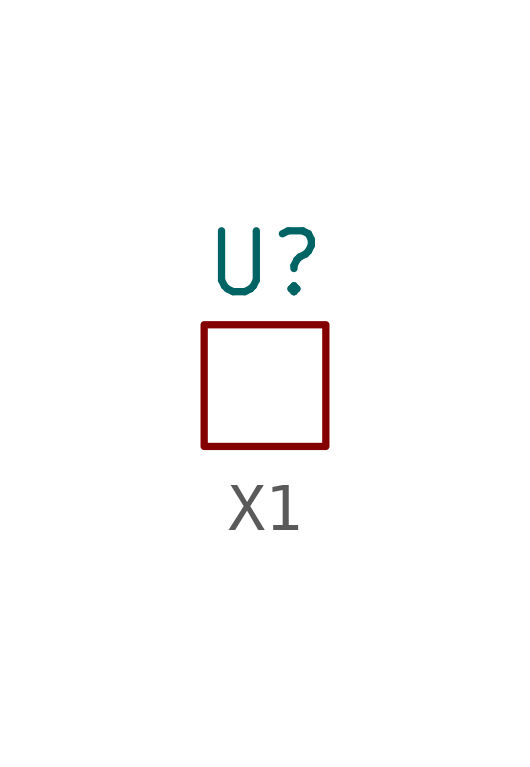
<source format=kicad_sym>
(kicad_symbol_lib
  (version 20241209)
  (generator "kicad_symbol_editor")
  (generator_version "9.0")
  (symbol "X1"
    (property "Reference" "U"
      (at 0 2.54 0)
      (effects (font (size 1.27 1.27))))
    (property "Value" ""
      (at 0 0 0)
      (effects (font (size 1.27 1.27))))
    (symbol "X1_0_1"
      (rectangle (start -1.27 1.27) (end 1.27 -1.27) (stroke (width 0) (type default)) (fill (type none))))))
</source>
